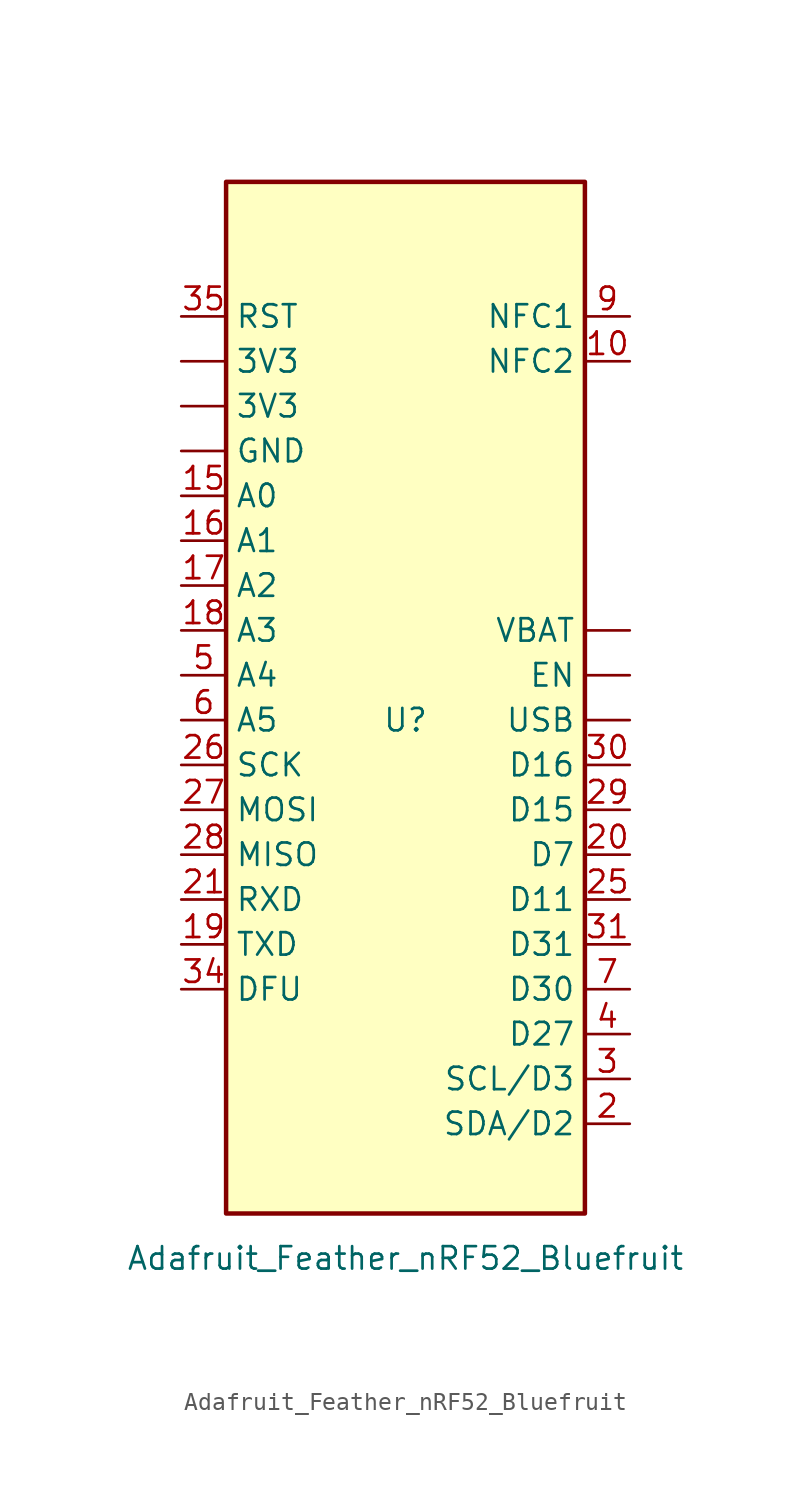
<source format=kicad_sym>
(kicad_symbol_lib
  (version 20211014)
  (generator kicad_symbol_editor)
  (symbol "Adafruit_Feather_nRF52_Bluefruit"
    (property "Reference" "U"
      (at 0 0 0)
      (effects (font (size 1.27 1.27))))
    (property "Value" "Adafruit_Feather_nRF52_Bluefruit"
      (at 0 -30.48 0)
      (effects (font (size 1.27 1.27))))
    (symbol "Adafruit_Feather_nRF52_Bluefruit_0_1"
      (rectangle (start -10.16 30.48) (end 10.16 -27.94) (stroke (width 0.254) (type default) (color 0 0 0 0)) (fill (type background))))
    (symbol "Adafruit_Feather_nRF52_Bluefruit_1_1"
      (pin power_in line (at -12.7 17.78 0) (length 2.54) (name "3V3" (effects (font (size 1.27 1.27)))) (number "" (effects (font (size 1.27 1.27)))))
      (pin power_in line (at -12.7 20.32 0) (length 2.54) (name "3V3" (effects (font (size 1.27 1.27)))) (number "" (effects (font (size 1.27 1.27)))))
      (pin input line (at 12.7 2.54 180) (length 2.54) (name "EN" (effects (font (size 1.27 1.27)))) (number "" (effects (font (size 1.27 1.27)))))
      (pin power_in line (at -12.7 15.24 0) (length 2.54) (name "GND" (effects (font (size 1.27 1.27)))) (number "" (effects (font (size 1.27 1.27)))))
      (pin power_in line (at 12.7 0 180) (length 2.54) (name "USB" (effects (font (size 1.27 1.27)))) (number "" (effects (font (size 1.27 1.27)))))
      (pin power_in line (at 12.7 5.08 180) (length 2.54) (name "VBAT" (effects (font (size 1.27 1.27)))) (number "" (effects (font (size 1.27 1.27)))))
      (pin bidirectional line (at 12.7 20.32 180) (length 2.54) (name "NFC2" (effects (font (size 1.27 1.27)))) (number "10" (effects (font (size 1.27 1.27)))))
      (pin bidirectional line (at -12.7 12.7 0) (length 2.54) (name "A0" (effects (font (size 1.27 1.27)))) (number "15" (effects (font (size 1.27 1.27)))))
      (pin bidirectional line (at -12.7 10.16 0) (length 2.54) (name "A1" (effects (font (size 1.27 1.27)))) (number "16" (effects (font (size 1.27 1.27)))))
      (pin bidirectional line (at -12.7 7.62 0) (length 2.54) (name "A2" (effects (font (size 1.27 1.27)))) (number "17" (effects (font (size 1.27 1.27)))))
      (pin bidirectional line (at -12.7 5.08 0) (length 2.54) (name "A3" (effects (font (size 1.27 1.27)))) (number "18" (effects (font (size 1.27 1.27)))))
      (pin bidirectional line (at -12.7 -12.7 0) (length 2.54) (name "TXD" (effects (font (size 1.27 1.27)))) (number "19" (effects (font (size 1.27 1.27)))))
      (pin bidirectional line (at 12.7 -22.86 180) (length 2.54) (name "SDA/D2" (effects (font (size 1.27 1.27)))) (number "2" (effects (font (size 1.27 1.27)))))
      (pin bidirectional line (at 12.7 -7.62 180) (length 2.54) (name "D7" (effects (font (size 1.27 1.27)))) (number "20" (effects (font (size 1.27 1.27)))))
      (pin bidirectional line (at -12.7 -10.16 0) (length 2.54) (name "RXD" (effects (font (size 1.27 1.27)))) (number "21" (effects (font (size 1.27 1.27)))))
      (pin bidirectional line (at 12.7 -10.16 180) (length 2.54) (name "D11" (effects (font (size 1.27 1.27)))) (number "25" (effects (font (size 1.27 1.27)))))
      (pin bidirectional line (at -12.7 -2.54 0) (length 2.54) (name "SCK" (effects (font (size 1.27 1.27)))) (number "26" (effects (font (size 1.27 1.27)))))
      (pin bidirectional line (at -12.7 -5.08 0) (length 2.54) (name "MOSI" (effects (font (size 1.27 1.27)))) (number "27" (effects (font (size 1.27 1.27)))))
      (pin bidirectional line (at -12.7 -7.62 0) (length 2.54) (name "MISO" (effects (font (size 1.27 1.27)))) (number "28" (effects (font (size 1.27 1.27)))))
      (pin bidirectional line (at 12.7 -5.08 180) (length 2.54) (name "D15" (effects (font (size 1.27 1.27)))) (number "29" (effects (font (size 1.27 1.27)))))
      (pin bidirectional line (at 12.7 -20.32 180) (length 2.54) (name "SCL/D3" (effects (font (size 1.27 1.27)))) (number "3" (effects (font (size 1.27 1.27)))))
      (pin bidirectional line (at 12.7 -2.54 180) (length 2.54) (name "D16" (effects (font (size 1.27 1.27)))) (number "30" (effects (font (size 1.27 1.27)))))
      (pin bidirectional line (at 12.7 -12.7 180) (length 2.54) (name "D31" (effects (font (size 1.27 1.27)))) (number "31" (effects (font (size 1.27 1.27)))))
      (pin bidirectional line (at -12.7 -15.24 0) (length 2.54) (name "DFU" (effects (font (size 1.27 1.27)))) (number "34" (effects (font (size 1.27 1.27)))))
      (pin bidirectional line (at -12.7 22.86 0) (length 2.54) (name "RST" (effects (font (size 1.27 1.27)))) (number "35" (effects (font (size 1.27 1.27)))))
      (pin bidirectional line (at 12.7 -17.78 180) (length 2.54) (name "D27" (effects (font (size 1.27 1.27)))) (number "4" (effects (font (size 1.27 1.27)))))
      (pin bidirectional line (at -12.7 2.54 0) (length 2.54) (name "A4" (effects (font (size 1.27 1.27)))) (number "5" (effects (font (size 1.27 1.27)))))
      (pin bidirectional line (at -12.7 0 0) (length 2.54) (name "A5" (effects (font (size 1.27 1.27)))) (number "6" (effects (font (size 1.27 1.27)))))
      (pin bidirectional line (at 12.7 -15.24 180) (length 2.54) (name "D30" (effects (font (size 1.27 1.27)))) (number "7" (effects (font (size 1.27 1.27)))))
      (pin bidirectional line (at 12.7 22.86 180) (length 2.54) (name "NFC1" (effects (font (size 1.27 1.27)))) (number "9" (effects (font (size 1.27 1.27))))))))
</source>
